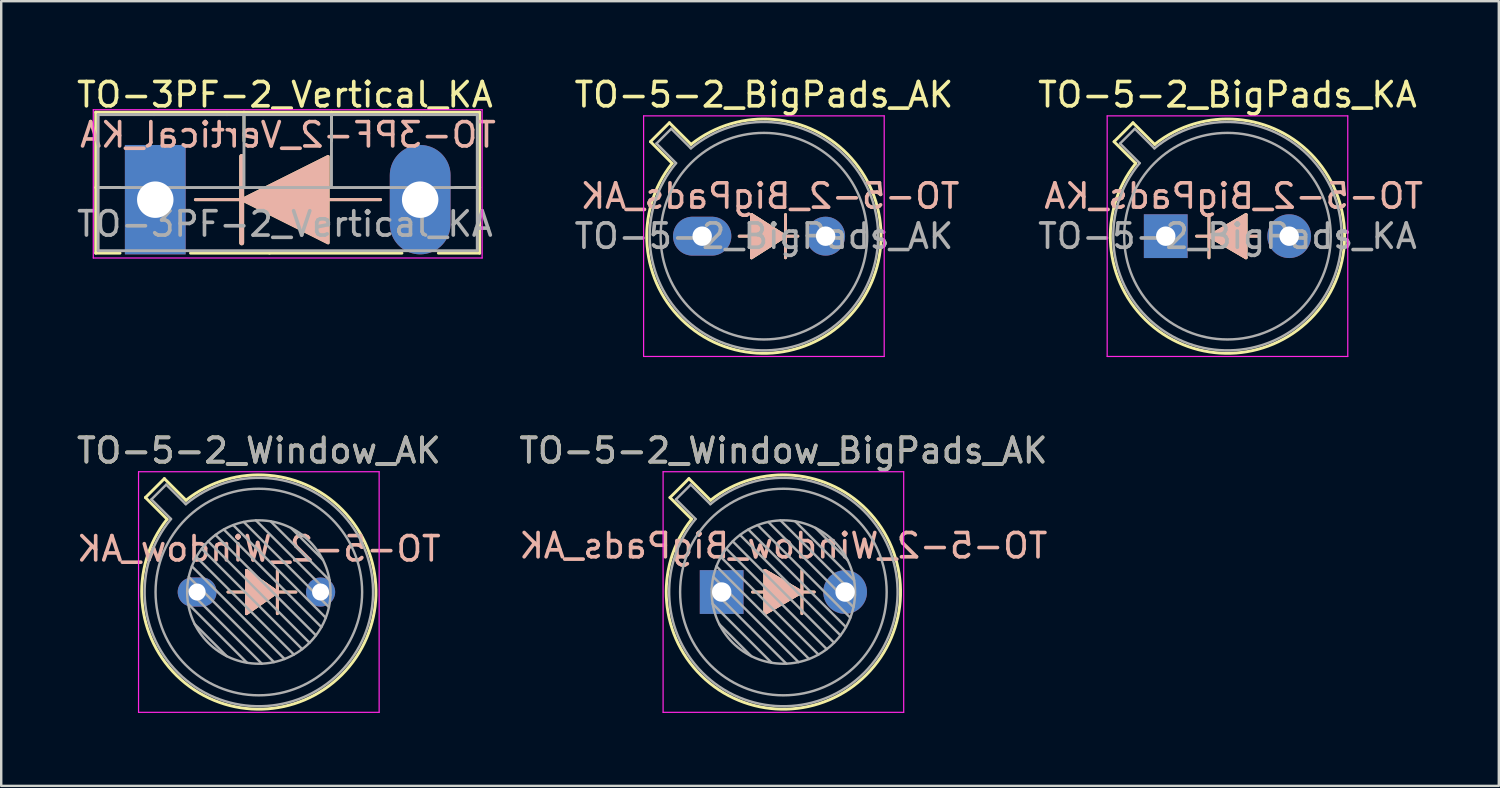
<source format=kicad_pcb>
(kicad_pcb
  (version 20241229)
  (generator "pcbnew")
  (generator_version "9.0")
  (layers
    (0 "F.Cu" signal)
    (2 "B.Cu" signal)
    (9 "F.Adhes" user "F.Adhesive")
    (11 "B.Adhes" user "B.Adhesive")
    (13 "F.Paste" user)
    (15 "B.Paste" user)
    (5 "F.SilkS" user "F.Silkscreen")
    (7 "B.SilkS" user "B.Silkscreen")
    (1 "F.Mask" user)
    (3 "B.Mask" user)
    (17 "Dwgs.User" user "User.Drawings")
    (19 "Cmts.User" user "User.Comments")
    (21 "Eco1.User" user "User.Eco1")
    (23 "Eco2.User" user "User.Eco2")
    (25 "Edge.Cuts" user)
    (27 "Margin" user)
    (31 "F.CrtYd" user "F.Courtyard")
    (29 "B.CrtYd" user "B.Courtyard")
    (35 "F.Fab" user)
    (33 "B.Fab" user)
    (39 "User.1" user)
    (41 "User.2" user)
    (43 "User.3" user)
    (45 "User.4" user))
  (footprint "TO-5-2_BigPads_AK"
    (layer "F.Cu")
    (at 25.843 6.668)
    (property "Reference" "TO-5-2_BigPads_AK" (at 2.54 -5.82 0) (layer "F.SilkS") (effects (font (size 1 1) (thickness 0.15))))
    (attr through_hole)
    (fp_line (start -2.126 -3.888) (end -1.235 -2.997) (stroke (width 0.12) (type solid)) (layer "F.SilkS"))
    (fp_line (start -1.348 -4.666) (end -2.126 -3.888) (stroke (width 0.12) (type solid)) (layer "F.SilkS"))
    (fp_line (start -0.457 -3.775) (end -1.348 -4.666) (stroke (width 0.12) (type solid)) (layer "F.SilkS"))
    (fp_line (start 1.524 0) (end 2.032 0) (stroke (width 0.12) (type solid)) (layer "F.SilkS"))
    (fp_line (start 2.032 -0.889) (end 3.429 0) (stroke (width 0.12) (type solid)) (layer "F.SilkS"))
    (fp_line (start 2.032 0.889) (end 2.032 -0.889) (stroke (width 0.12) (type solid)) (layer "F.SilkS"))
    (fp_line (start 3.302 0) (end 3.937 0) (stroke (width 0.12) (type solid)) (layer "F.SilkS"))
    (fp_line (start 3.429 -0.889) (end 3.429 0.889) (stroke (width 0.12) (type solid)) (layer "F.SilkS"))
    (fp_line (start 3.429 0) (end 2.032 0.889) (stroke (width 0.12) (type solid)) (layer "F.SilkS"))
    (fp_arc (start -0.457084 -3.774902) (mid 5.948125 3.408384) (end -1.234674 -2.997371) (stroke (width 0.12) (type solid)) (layer "F.SilkS"))
    (fp_poly (pts (xy 3.429 0) (xy 2.032 0.889) (xy 2.032 -0.889)) (stroke (width 0.1) (type solid)) (fill yes) (layer "F.SilkS"))
    (fp_line (start 1.524 0) (end 2.032 0) (stroke (width 0.12) (type solid)) (layer "B.SilkS"))
    (fp_line (start 2.032 -0.889) (end 2.032 0.889) (stroke (width 0.12) (type solid)) (layer "B.SilkS"))
    (fp_line (start 2.032 0.889) (end 3.429 0) (stroke (width 0.12) (type solid)) (layer "B.SilkS"))
    (fp_line (start 3.302 0) (end 3.937 0) (stroke (width 0.12) (type solid)) (layer "B.SilkS"))
    (fp_line (start 3.429 0) (end 2.032 -0.889) (stroke (width 0.12) (type solid)) (layer "B.SilkS"))
    (fp_line (start 3.429 0.889) (end 3.429 -0.889) (stroke (width 0.12) (type solid)) (layer "B.SilkS"))
    (fp_poly (pts (xy 3.429 0) (xy 2.032 -0.889) (xy 2.032 0.889)) (stroke (width 0.1) (type solid)) (fill yes) (layer "B.SilkS"))
    (fp_line (start -2.41 -4.95) (end -2.41 4.95) (stroke (width 0.05) (type solid)) (layer "F.CrtYd"))
    (fp_line (start -2.41 4.95) (end 7.49 4.95) (stroke (width 0.05) (type solid)) (layer "F.CrtYd"))
    (fp_line (start 7.49 -4.95) (end -2.41 -4.95) (stroke (width 0.05) (type solid)) (layer "F.CrtYd"))
    (fp_line (start 7.49 4.95) (end 7.49 -4.95) (stroke (width 0.05) (type solid)) (layer "F.CrtYd"))
    (fp_line (start -1.88 -3.812) (end -1.074 -3.005) (stroke (width 0.1) (type solid)) (layer "F.Fab"))
    (fp_line (start -1.272 -4.42) (end -1.88 -3.812) (stroke (width 0.1) (type solid)) (layer "F.Fab"))
    (fp_line (start -0.465 -3.614) (end -1.272 -4.42) (stroke (width 0.1) (type solid)) (layer "F.Fab"))
    (fp_arc (start -0.465408 -3.61352) (mid 5.863443 3.323361) (end -1.073594 -3.005319) (stroke (width 0.1) (type solid)) (layer "F.Fab"))
    (fp_circle (center 2.54 0) (end 6.79 0) (stroke (width 0.1) (type solid)) (fill no) (layer "F.Fab"))
    (fp_text user "${REFERENCE}" (at 2.794 -1.651 0) (layer "B.SilkS") (effects (font (size 1 1) (thickness 0.15)) (justify mirror)))
    (fp_text user "${REFERENCE}" (at 2.54 0 0) (layer "F.Fab") (effects (font (size 1 1) (thickness 0.15))))
    (pad "1" thru_hole oval (at 0 0) (size 2.4 1.6) (drill 0.8) (layers "*.Cu" "*.Mask"))
    (pad "2" thru_hole oval (at 5.08 0) (size 1.6 1.6) (drill 0.8) (layers "*.Cu" "*.Mask")))
  (footprint "TO-3PF-2_Vertical_KA"
    (layer "F.Cu")
    (at 3.339 5.166)
    (property "Reference" "TO-3PF-2_Vertical_KA" (at 5.334 -4.318 0) (layer "F.SilkS") (effects (font (size 1 1) (thickness 0.15))))
    (attr through_hole)
    (fp_line (start -2.45 -3.6) (end -2.45 2.2) (stroke (width 0.12) (type solid)) (layer "F.SilkS"))
    (fp_line (start -2.45 2.2) (end -1.45 2.2) (stroke (width 0.12) (type solid)) (layer "F.SilkS"))
    (fp_line (start -1.45 -0.5) (end -2.45 -0.5) (stroke (width 0.12) (type solid)) (layer "F.SilkS"))
    (fp_line (start 1.45 2.2) (end 4.7 2.2) (stroke (width 0.12) (type solid)) (layer "F.SilkS"))
    (fp_line (start 1.651 0) (end 9.271 0) (stroke (width 0.12) (type default)) (layer "F.SilkS"))
    (fp_line (start 3.556 -1.778) (end 3.556 0) (stroke (width 0.2) (type default)) (layer "F.SilkS"))
    (fp_line (start 3.556 1.778) (end 3.556 0) (stroke (width 0.2) (type default)) (layer "F.SilkS"))
    (fp_line (start 3.65 -3.6) (end 3.65 -2.413) (stroke (width 0.12) (type solid)) (layer "F.SilkS"))
    (fp_line (start 4.7 2.2) (end 10.15 2.2) (stroke (width 0.12) (type solid)) (layer "F.SilkS"))
    (fp_line (start 7.25 -2.413) (end 7.25 -3.6) (stroke (width 0.12) (type solid)) (layer "F.SilkS"))
    (fp_line (start 11.65 2.2) (end 13.35 2.2) (stroke (width 0.12) (type solid)) (layer "F.SilkS"))
    (fp_line (start 13.35 -3.6) (end -2.45 -3.6) (stroke (width 0.12) (type solid)) (layer "F.SilkS"))
    (fp_line (start 13.35 -0.5) (end 12.35 -0.5) (stroke (width 0.12) (type solid)) (layer "F.SilkS"))
    (fp_line (start 13.35 2.2) (end 13.35 -3.6) (stroke (width 0.12) (type solid)) (layer "F.SilkS"))
    (fp_poly (pts (xy 3.556 0) (xy 7.112 -1.778) (xy 7.112 1.778)) (stroke (width 0.12) (type solid)) (fill yes) (layer "F.SilkS"))
    (fp_line (start 1.651 0) (end 9.271 0) (stroke (width 0.12) (type default)) (layer "B.SilkS"))
    (fp_line (start 3.556 -1.778) (end 3.556 0) (stroke (width 0.2) (type default)) (layer "B.SilkS"))
    (fp_line (start 3.556 1.778) (end 3.556 0) (stroke (width 0.2) (type default)) (layer "B.SilkS"))
    (fp_poly (pts (xy 3.556 0) (xy 7.112 1.778) (xy 7.112 -1.778)) (stroke (width 0.12) (type solid)) (fill yes) (layer "B.SilkS"))
    (fp_line (start -2.55 -3.7) (end -2.55 2.4) (stroke (width 0.05) (type solid)) (layer "F.CrtYd"))
    (fp_line (start -2.55 2.4) (end 13.45 2.4) (stroke (width 0.05) (type solid)) (layer "F.CrtYd"))
    (fp_line (start 13.45 -3.7) (end -2.55 -3.7) (stroke (width 0.05) (type solid)) (layer "F.CrtYd"))
    (fp_line (start 13.45 2.4) (end 13.45 -3.7) (stroke (width 0.05) (type solid)) (layer "F.CrtYd"))
    (fp_line (start -2.35 -3.5) (end -2.35 2.1) (stroke (width 0.12) (type solid)) (layer "F.Fab"))
    (fp_line (start -2.35 2.1) (end 13.25 2.1) (stroke (width 0.12) (type solid)) (layer "F.Fab"))
    (fp_line (start -0.05 -3.5) (end -2.35 -3.5) (stroke (width 0.12) (type solid)) (layer "F.Fab"))
    (fp_line (start 2.95 -3.5) (end -0.05 -3.5) (stroke (width 0.12) (type solid)) (layer "F.Fab"))
    (fp_line (start 3.65 -3.5) (end 3.65 -0.5) (stroke (width 0.12) (type solid)) (layer "F.Fab"))
    (fp_line (start 7.25 -3.5) (end 7.25 -0.5) (stroke (width 0.12) (type solid)) (layer "F.Fab"))
    (fp_line (start 10.85 -0.5) (end -2.35 -0.5) (stroke (width 0.12) (type solid)) (layer "F.Fab"))
    (fp_line (start 10.85 -0.5) (end 13.25 -0.5) (stroke (width 0.12) (type solid)) (layer "F.Fab"))
    (fp_line (start 10.95 -3.5) (end 2.95 -3.5) (stroke (width 0.12) (type solid)) (layer "F.Fab"))
    (fp_line (start 13.25 -3.5) (end 10.95 -3.5) (stroke (width 0.12) (type solid)) (layer "F.Fab"))
    (fp_line (start 13.25 2.1) (end 13.25 -3.5) (stroke (width 0.12) (type solid)) (layer "F.Fab"))
    (fp_text user "${REFERENCE}" (at 5.461 -2.667 0) (layer "B.SilkS") (effects (font (size 1 1) (thickness 0.15)) (justify mirror)))
    (fp_text user "${REFERENCE}" (at 5.334 1 0) (layer "F.Fab") (effects (font (size 1 1) (thickness 0.15))))
    (pad "1" thru_hole rect (at 0 0) (size 2.5 4.5) (drill 1.5) (layers "*.Cu" "*.Mask"))
    (pad "2" thru_hole oval (at 10.9 0) (size 2.5 4.5) (drill 1.5) (layers "*.Cu" "*.Mask")))
  (footprint "TO-5-2_Window_BigPads_AK"
    (layer "F.Cu")
    (at 26.645 21.311)
    (property "Reference" "TO-5-2_Window_BigPads_AK" (at 2.54 -5.82 0) (layer "F.SilkS") (effects (font (size 1 1) (thickness 0.15))))
    (attr through_hole)
    (fp_line (start -2.126 -3.888) (end -1.235 -2.997) (stroke (width 0.12) (type solid)) (layer "F.SilkS"))
    (fp_line (start -1.348 -4.666) (end -2.126 -3.888) (stroke (width 0.12) (type solid)) (layer "F.SilkS"))
    (fp_line (start -0.457 -3.775) (end -1.348 -4.666) (stroke (width 0.12) (type solid)) (layer "F.SilkS"))
    (fp_line (start 1.27 0) (end 1.778 0) (stroke (width 0.12) (type solid)) (layer "F.SilkS"))
    (fp_line (start 1.778 -0.889) (end 3.302 0) (stroke (width 0.12) (type solid)) (layer "F.SilkS"))
    (fp_line (start 1.778 0.889) (end 1.778 -0.889) (stroke (width 0.12) (type solid)) (layer "F.SilkS"))
    (fp_line (start 3.175 0) (end 3.81 0) (stroke (width 0.12) (type solid)) (layer "F.SilkS"))
    (fp_line (start 3.302 -0.889) (end 3.302 0.889) (stroke (width 0.12) (type solid)) (layer "F.SilkS"))
    (fp_line (start 3.302 0) (end 1.778 0.889) (stroke (width 0.12) (type solid)) (layer "F.SilkS"))
    (fp_arc (start -0.457084 -3.774902) (mid 5.948125 3.408384) (end -1.234674 -2.997371) (stroke (width 0.12) (type solid)) (layer "F.SilkS"))
    (fp_poly (pts (xy 3.302 0) (xy 1.778 0.889) (xy 1.778 -0.889)) (stroke (width 0.1) (type solid)) (fill yes) (layer "F.SilkS"))
    (fp_line (start 1.27 0) (end 1.778 0) (stroke (width 0.12) (type solid)) (layer "B.SilkS"))
    (fp_line (start 1.778 -0.889) (end 1.778 0.889) (stroke (width 0.12) (type solid)) (layer "B.SilkS"))
    (fp_line (start 1.778 0.889) (end 3.302 0) (stroke (width 0.12) (type solid)) (layer "B.SilkS"))
    (fp_line (start 3.175 0) (end 3.81 0) (stroke (width 0.12) (type solid)) (layer "B.SilkS"))
    (fp_line (start 3.302 0) (end 1.778 -0.889) (stroke (width 0.12) (type solid)) (layer "B.SilkS"))
    (fp_line (start 3.302 0.889) (end 3.302 -0.889) (stroke (width 0.12) (type solid)) (layer "B.SilkS"))
    (fp_poly (pts (xy 3.302 0) (xy 1.778 -0.889) (xy 1.778 0.889)) (stroke (width 0.1) (type solid)) (fill yes) (layer "B.SilkS"))
    (fp_line (start -2.41 -4.95) (end -2.41 4.95) (stroke (width 0.05) (type solid)) (layer "F.CrtYd"))
    (fp_line (start -2.41 4.95) (end 7.49 4.95) (stroke (width 0.05) (type solid)) (layer "F.CrtYd"))
    (fp_line (start 7.49 -4.95) (end -2.41 -4.95) (stroke (width 0.05) (type solid)) (layer "F.CrtYd"))
    (fp_line (start 7.49 4.95) (end 7.49 -4.95) (stroke (width 0.05) (type solid)) (layer "F.CrtYd"))
    (fp_line (start -1.88 -3.812) (end -1.074 -3.005) (stroke (width 0.1) (type solid)) (layer "F.Fab"))
    (fp_line (start -1.272 -4.42) (end -1.88 -3.812) (stroke (width 0.1) (type solid)) (layer "F.Fab"))
    (fp_line (start -0.465 -3.614) (end -1.272 -4.42) (stroke (width 0.1) (type solid)) (layer "F.Fab"))
    (fp_line (start -0.408 -0.12) (end 2.66 2.948) (stroke (width 0.1) (type solid)) (layer "F.Fab"))
    (fp_line (start -0.371 0.485) (end 2.055 2.911) (stroke (width 0.1) (type solid)) (layer "F.Fab"))
    (fp_line (start -0.344 -0.622) (end 3.162 2.884) (stroke (width 0.1) (type solid)) (layer "F.Fab"))
    (fp_line (start -0.215 -1.058) (end 3.598 2.755) (stroke (width 0.1) (type solid)) (layer "F.Fab"))
    (fp_line (start -0.097 1.324) (end 1.216 2.637) (stroke (width 0.1) (type solid)) (layer "F.Fab"))
    (fp_line (start -0.034 -1.443) (end 3.983 2.574) (stroke (width 0.1) (type solid)) (layer "F.Fab"))
    (fp_line (start 0.19 -1.784) (end 4.324 2.35) (stroke (width 0.1) (type solid)) (layer "F.Fab"))
    (fp_line (start 0.454 -2.086) (end 4.626 2.086) (stroke (width 0.1) (type solid)) (layer "F.Fab"))
    (fp_line (start 0.756 -2.35) (end 4.89 1.784) (stroke (width 0.1) (type solid)) (layer "F.Fab"))
    (fp_line (start 1.097 -2.574) (end 5.114 1.443) (stroke (width 0.1) (type solid)) (layer "F.Fab"))
    (fp_line (start 1.482 -2.755) (end 5.295 1.058) (stroke (width 0.1) (type solid)) (layer "F.Fab"))
    (fp_line (start 1.918 -2.884) (end 5.424 0.622) (stroke (width 0.1) (type solid)) (layer "F.Fab"))
    (fp_line (start 2.42 -2.948) (end 5.488 0.12) (stroke (width 0.1) (type solid)) (layer "F.Fab"))
    (fp_line (start 3.025 -2.911) (end 5.451 -0.485) (stroke (width 0.1) (type solid)) (layer "F.Fab"))
    (fp_line (start 3.864 -2.637) (end 5.177 -1.324) (stroke (width 0.1) (type solid)) (layer "F.Fab"))
    (fp_arc (start -0.465408 -3.61352) (mid 5.863443 3.323361) (end -1.073594 -3.005319) (stroke (width 0.1) (type solid)) (layer "F.Fab"))
    (fp_circle (center 2.54 0) (end 5.49 0) (stroke (width 0.1) (type solid)) (fill no) (layer "F.Fab"))
    (fp_circle (center 2.54 0) (end 6.79 0) (stroke (width 0.1) (type solid)) (fill no) (layer "F.Fab"))
    (fp_text user "${REFERENCE}" (at 2.54 -1.905 0) (layer "B.SilkS") (effects (font (size 1 1) (thickness 0.15)) (justify mirror)))
    (fp_text user "${REFERENCE}" (at 2.54 -5.82 0) (layer "F.Fab") (effects (font (size 1 1) (thickness 0.15))))
    (pad "1" thru_hole rect (at 0 0) (size 1.8 1.8) (drill 0.8) (layers "*.Cu" "*.Mask"))
    (pad "2" thru_hole oval (at 5.08 0) (size 1.8 1.8) (drill 0.8) (layers "*.Cu" "*.Mask")))
  (footprint "TO-5-2_BigPads_KA"
    (layer "F.Cu")
    (at 44.918 6.668)
    (property "Reference" "TO-5-2_BigPads_KA" (at 2.54 -5.82 0) (layer "F.SilkS") (effects (font (size 1 1) (thickness 0.15))))
    (attr through_hole)
    (fp_line (start -2.126 -3.888) (end -1.235 -2.997) (stroke (width 0.12) (type solid)) (layer "F.SilkS"))
    (fp_line (start -1.348 -4.666) (end -2.126 -3.888) (stroke (width 0.12) (type solid)) (layer "F.SilkS"))
    (fp_line (start -0.457 -3.775) (end -1.348 -4.666) (stroke (width 0.12) (type solid)) (layer "F.SilkS"))
    (fp_line (start 1.778 0) (end 3.302 -0.889) (stroke (width 0.12) (type solid)) (layer "F.SilkS"))
    (fp_line (start 1.778 0.889) (end 1.778 -0.889) (stroke (width 0.12) (type solid)) (layer "F.SilkS"))
    (fp_line (start 1.905 0) (end 1.27 0) (stroke (width 0.12) (type solid)) (layer "F.SilkS"))
    (fp_line (start 3.302 -0.889) (end 3.302 0.889) (stroke (width 0.12) (type solid)) (layer "F.SilkS"))
    (fp_line (start 3.302 0.889) (end 1.778 0) (stroke (width 0.12) (type solid)) (layer "F.SilkS"))
    (fp_line (start 3.81 0) (end 3.302 0) (stroke (width 0.12) (type solid)) (layer "F.SilkS"))
    (fp_arc (start -0.457084 -3.774902) (mid 5.948125 3.408384) (end -1.234674 -2.997371) (stroke (width 0.12) (type solid)) (layer "F.SilkS"))
    (fp_poly (pts (xy 1.778 0) (xy 3.302 -0.889) (xy 3.302 0.889)) (stroke (width 0.1) (type solid)) (fill yes) (layer "F.SilkS"))
    (fp_line (start 1.778 -0.889) (end 1.778 0.889) (stroke (width 0.12) (type solid)) (layer "B.SilkS"))
    (fp_line (start 1.778 0) (end 3.302 0.889) (stroke (width 0.12) (type solid)) (layer "B.SilkS"))
    (fp_line (start 1.905 0) (end 1.27 0) (stroke (width 0.12) (type solid)) (layer "B.SilkS"))
    (fp_line (start 3.302 -0.889) (end 1.778 0) (stroke (width 0.12) (type solid)) (layer "B.SilkS"))
    (fp_line (start 3.302 0.889) (end 3.302 -0.889) (stroke (width 0.12) (type solid)) (layer "B.SilkS"))
    (fp_line (start 3.81 0) (end 3.302 0) (stroke (width 0.12) (type solid)) (layer "B.SilkS"))
    (fp_poly (pts (xy 1.778 0) (xy 3.302 0.889) (xy 3.302 -0.889)) (stroke (width 0.1) (type solid)) (fill yes) (layer "B.SilkS"))
    (fp_line (start -2.41 -4.95) (end -2.41 4.95) (stroke (width 0.05) (type solid)) (layer "F.CrtYd"))
    (fp_line (start -2.41 4.95) (end 7.49 4.95) (stroke (width 0.05) (type solid)) (layer "F.CrtYd"))
    (fp_line (start 7.49 -4.95) (end -2.41 -4.95) (stroke (width 0.05) (type solid)) (layer "F.CrtYd"))
    (fp_line (start 7.49 4.95) (end 7.49 -4.95) (stroke (width 0.05) (type solid)) (layer "F.CrtYd"))
    (fp_line (start -1.88 -3.812) (end -1.074 -3.005) (stroke (width 0.1) (type solid)) (layer "F.Fab"))
    (fp_line (start -1.272 -4.42) (end -1.88 -3.812) (stroke (width 0.1) (type solid)) (layer "F.Fab"))
    (fp_line (start -0.465 -3.614) (end -1.272 -4.42) (stroke (width 0.1) (type solid)) (layer "F.Fab"))
    (fp_arc (start -0.465408 -3.61352) (mid 5.863443 3.323361) (end -1.073594 -3.005319) (stroke (width 0.1) (type solid)) (layer "F.Fab"))
    (fp_circle (center 2.54 0) (end 6.79 0) (stroke (width 0.1) (type solid)) (fill no) (layer "F.Fab"))
    (fp_text user "${REFERENCE}" (at 2.794 -1.651 0) (layer "B.SilkS") (effects (font (size 1 1) (thickness 0.15)) (justify mirror)))
    (fp_text user "${REFERENCE}" (at 2.54 0 0) (layer "F.Fab") (effects (font (size 1 1) (thickness 0.15))))
    (pad "1" thru_hole rect (at 0 0) (size 1.8 1.8) (drill 0.8) (layers "*.Cu" "*.Mask"))
    (pad "2" thru_hole oval (at 5.08 0) (size 1.8 1.8) (drill 0.8) (layers "*.Cu" "*.Mask")))
  (footprint "TO-5-2_Window_AK"
    (layer "F.Cu")
    (at 5.061 21.311)
    (property "Reference" "TO-5-2_Window_AK" (at 2.54 -5.82 0) (layer "F.SilkS") (effects (font (size 1 1) (thickness 0.15))))
    (fp_line (start -2.126 -3.888) (end -1.235 -2.997) (stroke (width 0.12) (type solid)) (layer "F.SilkS"))
    (fp_line (start -1.348 -4.666) (end -2.126 -3.888) (stroke (width 0.12) (type solid)) (layer "F.SilkS"))
    (fp_line (start -0.457 -3.775) (end -1.348 -4.666) (stroke (width 0.12) (type solid)) (layer "F.SilkS"))
    (fp_line (start 1.27 0) (end 2.032 0) (stroke (width 0.12) (type solid)) (layer "F.SilkS"))
    (fp_line (start 2.032 -0.889) (end 3.302 0) (stroke (width 0.12) (type solid)) (layer "F.SilkS"))
    (fp_line (start 2.032 0.889) (end 2.032 -0.889) (stroke (width 0.12) (type solid)) (layer "F.SilkS"))
    (fp_line (start 3.302 -0.889) (end 3.302 0.889) (stroke (width 0.12) (type solid)) (layer "F.SilkS"))
    (fp_line (start 3.302 0) (end 2.032 0.889) (stroke (width 0.12) (type solid)) (layer "F.SilkS"))
    (fp_line (start 3.302 0) (end 4.064 0) (stroke (width 0.12) (type solid)) (layer "F.SilkS"))
    (fp_arc (start -0.457084 -3.774902) (mid 5.948125 3.408384) (end -1.234674 -2.997371) (stroke (width 0.12) (type solid)) (layer "F.SilkS"))
    (fp_poly (pts (xy 3.302 0) (xy 2.032 0.889) (xy 2.032 -0.889)) (stroke (width 0.1) (type solid)) (fill yes) (layer "F.SilkS"))
    (fp_line (start 1.27 0) (end 2.032 0) (stroke (width 0.12) (type solid)) (layer "B.SilkS"))
    (fp_line (start 2.032 -0.889) (end 2.032 0.889) (stroke (width 0.12) (type solid)) (layer "B.SilkS"))
    (fp_line (start 2.032 0.889) (end 3.302 0) (stroke (width 0.12) (type solid)) (layer "B.SilkS"))
    (fp_line (start 3.302 0) (end 2.032 -0.889) (stroke (width 0.12) (type solid)) (layer "B.SilkS"))
    (fp_line (start 3.302 0) (end 4.064 0) (stroke (width 0.12) (type solid)) (layer "B.SilkS"))
    (fp_line (start 3.302 0.889) (end 3.302 -0.889) (stroke (width 0.12) (type solid)) (layer "B.SilkS"))
    (fp_poly (pts (xy 3.302 0) (xy 2.032 -0.889) (xy 2.032 0.889)) (stroke (width 0.1) (type solid)) (fill yes) (layer "B.SilkS"))
    (fp_line (start -2.41 -4.95) (end -2.41 4.95) (stroke (width 0.05) (type solid)) (layer "F.CrtYd"))
    (fp_line (start -2.41 4.95) (end 7.49 4.95) (stroke (width 0.05) (type solid)) (layer "F.CrtYd"))
    (fp_line (start 7.49 -4.95) (end -2.41 -4.95) (stroke (width 0.05) (type solid)) (layer "F.CrtYd"))
    (fp_line (start 7.49 4.95) (end 7.49 -4.95) (stroke (width 0.05) (type solid)) (layer "F.CrtYd"))
    (fp_line (start -1.88 -3.812) (end -1.074 -3.005) (stroke (width 0.1) (type solid)) (layer "F.Fab"))
    (fp_line (start -1.272 -4.42) (end -1.88 -3.812) (stroke (width 0.1) (type solid)) (layer "F.Fab"))
    (fp_line (start -0.465 -3.614) (end -1.272 -4.42) (stroke (width 0.1) (type solid)) (layer "F.Fab"))
    (fp_line (start -0.408 -0.12) (end 2.66 2.948) (stroke (width 0.1) (type solid)) (layer "F.Fab"))
    (fp_line (start -0.371 0.485) (end 2.055 2.911) (stroke (width 0.1) (type solid)) (layer "F.Fab"))
    (fp_line (start -0.344 -0.622) (end 3.162 2.884) (stroke (width 0.1) (type solid)) (layer "F.Fab"))
    (fp_line (start -0.215 -1.058) (end 3.598 2.755) (stroke (width 0.1) (type solid)) (layer "F.Fab"))
    (fp_line (start -0.097 1.324) (end 1.216 2.637) (stroke (width 0.1) (type solid)) (layer "F.Fab"))
    (fp_line (start -0.034 -1.443) (end 3.983 2.574) (stroke (width 0.1) (type solid)) (layer "F.Fab"))
    (fp_line (start 0.19 -1.784) (end 4.324 2.35) (stroke (width 0.1) (type solid)) (layer "F.Fab"))
    (fp_line (start 0.454 -2.086) (end 4.626 2.086) (stroke (width 0.1) (type solid)) (layer "F.Fab"))
    (fp_line (start 0.756 -2.35) (end 4.89 1.784) (stroke (width 0.1) (type solid)) (layer "F.Fab"))
    (fp_line (start 1.097 -2.574) (end 5.114 1.443) (stroke (width 0.1) (type solid)) (layer "F.Fab"))
    (fp_line (start 1.482 -2.755) (end 5.295 1.058) (stroke (width 0.1) (type solid)) (layer "F.Fab"))
    (fp_line (start 1.918 -2.884) (end 5.424 0.622) (stroke (width 0.1) (type solid)) (layer "F.Fab"))
    (fp_line (start 2.42 -2.948) (end 5.488 0.12) (stroke (width 0.1) (type solid)) (layer "F.Fab"))
    (fp_line (start 3.025 -2.911) (end 5.451 -0.485) (stroke (width 0.1) (type solid)) (layer "F.Fab"))
    (fp_line (start 3.864 -2.637) (end 5.177 -1.324) (stroke (width 0.1) (type solid)) (layer "F.Fab"))
    (fp_arc (start -0.465408 -3.61352) (mid 5.863443 3.323361) (end -1.073594 -3.005319) (stroke (width 0.1) (type solid)) (layer "F.Fab"))
    (fp_circle (center 2.54 0) (end 5.49 0) (stroke (width 0.1) (type solid)) (fill no) (layer "F.Fab"))
    (fp_circle (center 2.54 0) (end 6.79 0) (stroke (width 0.1) (type solid)) (fill no) (layer "F.Fab"))
    (fp_text user "${REFERENCE}" (at 2.54 -1.778 0) (layer "B.SilkS") (effects (font (size 1 1) (thickness 0.15)) (justify mirror)))
    (fp_text user "${REFERENCE}" (at 2.54 -5.82 0) (layer "F.Fab") (effects (font (size 1 1) (thickness 0.15))))
    (pad "1" thru_hole oval (at 0 0) (size 1.6 1.2) (drill 0.7) (layers "*.Cu" "*.Mask"))
    (pad "2" thru_hole oval (at 5.08 0) (size 1.2 1.2) (drill 0.7) (layers "*.Cu" "*.Mask")))
  (gr_rect
    (start -3 -3)
    (end 58.623 29.287)
    (stroke (width 0.1) (type default))
    (fill no)
    (layer "Edge.Cuts")))
</source>
